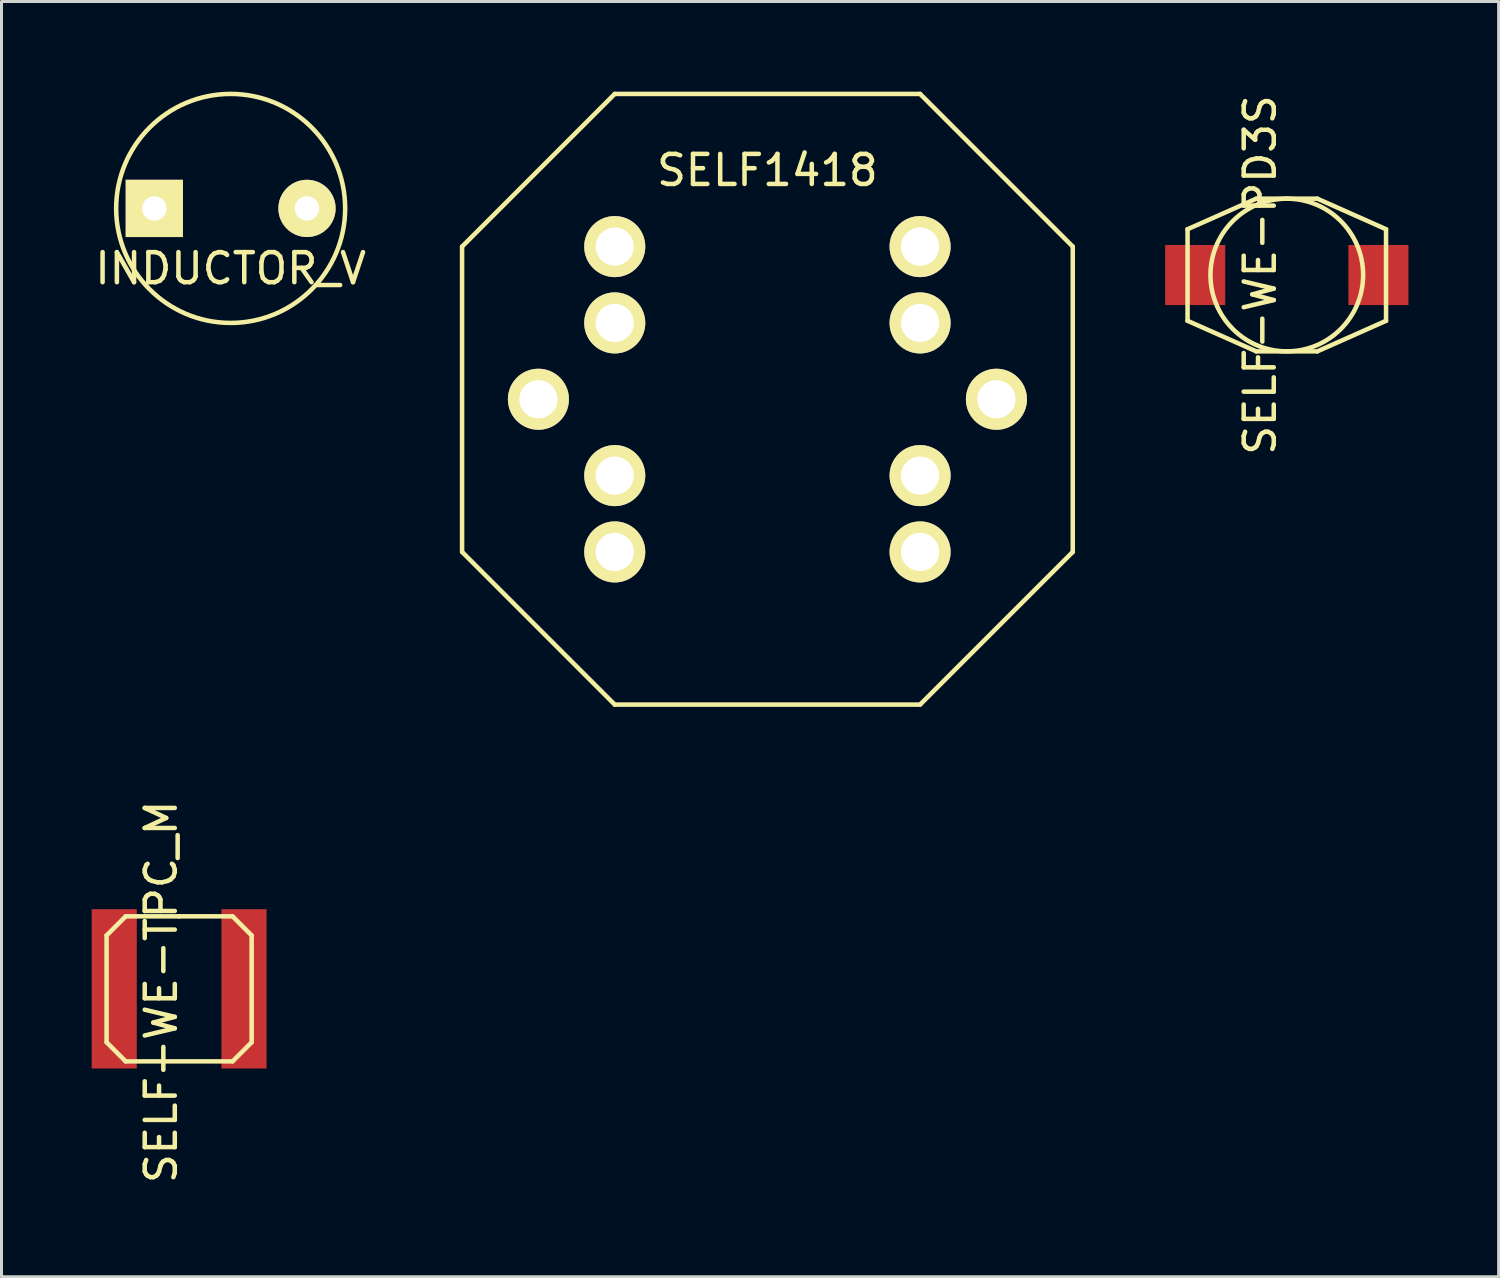
<source format=kicad_pcb>
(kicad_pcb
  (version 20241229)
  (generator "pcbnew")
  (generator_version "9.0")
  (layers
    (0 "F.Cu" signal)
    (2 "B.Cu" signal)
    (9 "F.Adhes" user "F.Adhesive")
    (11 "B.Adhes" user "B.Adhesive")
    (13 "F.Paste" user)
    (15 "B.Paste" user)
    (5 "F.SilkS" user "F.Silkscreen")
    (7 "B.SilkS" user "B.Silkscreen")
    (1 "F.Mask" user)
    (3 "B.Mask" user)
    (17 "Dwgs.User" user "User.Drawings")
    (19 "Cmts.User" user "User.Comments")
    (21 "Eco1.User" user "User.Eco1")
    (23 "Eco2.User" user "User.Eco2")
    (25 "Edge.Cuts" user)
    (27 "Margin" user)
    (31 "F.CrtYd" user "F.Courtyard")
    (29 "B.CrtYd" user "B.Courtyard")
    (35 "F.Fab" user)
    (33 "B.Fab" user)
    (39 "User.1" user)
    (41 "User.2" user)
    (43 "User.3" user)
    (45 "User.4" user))
  (footprint "INDUCTOR_V"
    (layer "F.Cu")
    (at 4.625 3.885)
    (property "Reference" "INDUCTOR_V" (at 0 1.999 0) (layer "F.SilkS") (effects (font (size 1 1) (thickness 0.15))))
    (attr through_hole)
    (fp_circle (center 0 0) (end 3.81 0) (stroke (width 0.15) (type solid)) (fill no) (layer "F.SilkS"))
    (pad "1" thru_hole rect (at -2.54 0) (size 1.905 1.905) (drill 0.813) (layers "*.Cu" "*.Mask" "F.SilkS"))
    (pad "2" thru_hole circle (at 2.54 0) (size 1.905 1.905) (drill 0.813) (layers "*.Cu" "*.Mask" "F.SilkS")))
  (footprint "SELF1418"
    (layer "F.Cu")
    (at 22.485 10.235)
    (property "Reference" "SELF1418" (at 0 -7.62 0) (layer "F.SilkS") (effects (font (size 1 1) (thickness 0.15))))
    (attr through_hole)
    (fp_line (start -10.16 -5.08) (end -10.16 5.08) (stroke (width 0.15) (type solid)) (layer "F.SilkS"))
    (fp_line (start -10.16 5.08) (end -5.08 10.16) (stroke (width 0.15) (type solid)) (layer "F.SilkS"))
    (fp_line (start -5.08 -10.16) (end -10.16 -5.08) (stroke (width 0.15) (type solid)) (layer "F.SilkS"))
    (fp_line (start -5.08 10.16) (end 5.08 10.16) (stroke (width 0.15) (type solid)) (layer "F.SilkS"))
    (fp_line (start 5.08 -10.16) (end -5.08 -10.16) (stroke (width 0.15) (type solid)) (layer "F.SilkS"))
    (fp_line (start 5.08 10.16) (end 10.16 5.08) (stroke (width 0.15) (type solid)) (layer "F.SilkS"))
    (fp_line (start 10.16 -5.08) (end 5.08 -10.16) (stroke (width 0.15) (type solid)) (layer "F.SilkS"))
    (fp_line (start 10.16 5.08) (end 10.16 -5.08) (stroke (width 0.15) (type solid)) (layer "F.SilkS"))
    (pad "" thru_hole circle (at -7.62 0) (size 2.032 2.032) (drill 1.27) (layers "*.Cu" "*.Mask" "F.SilkS"))
    (pad "" thru_hole circle (at 7.62 0) (size 2.032 2.032) (drill 1.27) (layers "*.Cu" "*.Mask" "F.SilkS"))
    (pad "1" thru_hole circle (at -5.08 -5.08) (size 2.032 2.032) (drill 1.27) (layers "*.Cu" "*.Mask" "F.SilkS"))
    (pad "1" thru_hole circle (at -5.08 -2.54) (size 2.032 2.032) (drill 1.27) (layers "*.Cu" "*.Mask" "F.SilkS"))
    (pad "2" thru_hole circle (at 5.08 -5.08) (size 2.032 2.032) (drill 1.27) (layers "*.Cu" "*.Mask" "F.SilkS"))
    (pad "2" thru_hole circle (at 5.08 -2.54) (size 2.032 2.032) (drill 1.27) (layers "*.Cu" "*.Mask" "F.SilkS"))
    (pad "3" thru_hole circle (at 5.08 2.54) (size 2.032 2.032) (drill 1.27) (layers "*.Cu" "*.Mask" "F.SilkS"))
    (pad "3" thru_hole circle (at 5.08 5.08) (size 2.032 2.032) (drill 1.27) (layers "*.Cu" "*.Mask" "F.SilkS"))
    (pad "4" thru_hole circle (at -5.08 2.54) (size 2.032 2.032) (drill 1.27) (layers "*.Cu" "*.Mask" "F.SilkS"))
    (pad "4" thru_hole circle (at -5.08 5.08) (size 2.032 2.032) (drill 1.27) (layers "*.Cu" "*.Mask" "F.SilkS")))
  (footprint "SELF-WE-PD3S"
    (layer "F.Cu")
    (at 39.767 6.101)
    (property "Reference" "SELF-WE-PD3S" (at -0.889 0 90) (layer "F.SilkS") (effects (font (size 1 1) (thickness 0.15))))
    (attr smd)
    (fp_line (start -3.302 -1.524) (end -1.016 -2.54) (stroke (width 0.15) (type solid)) (layer "F.SilkS"))
    (fp_line (start -3.302 1.524) (end -3.302 -1.524) (stroke (width 0.15) (type solid)) (layer "F.SilkS"))
    (fp_line (start -1.016 -2.54) (end 0 -2.54) (stroke (width 0.15) (type solid)) (layer "F.SilkS"))
    (fp_line (start -1.016 2.54) (end -3.302 1.524) (stroke (width 0.15) (type solid)) (layer "F.SilkS"))
    (fp_line (start 0 -2.54) (end 1.016 -2.54) (stroke (width 0.15) (type solid)) (layer "F.SilkS"))
    (fp_line (start 1.016 -2.54) (end 3.302 -1.524) (stroke (width 0.15) (type solid)) (layer "F.SilkS"))
    (fp_line (start 1.016 2.54) (end -1.016 2.54) (stroke (width 0.15) (type solid)) (layer "F.SilkS"))
    (fp_line (start 3.302 -1.524) (end 3.302 1.524) (stroke (width 0.15) (type solid)) (layer "F.SilkS"))
    (fp_line (start 3.302 1.524) (end 1.016 2.54) (stroke (width 0.15) (type solid)) (layer "F.SilkS"))
    (fp_circle (center 0 0) (end 0 2.54) (stroke (width 0.15) (type solid)) (fill no) (layer "F.SilkS"))
    (pad "1" smd rect (at -3.048 0) (size 1.999 1.999) (layers "F.Cu" "F.Mask" "F.Paste"))
    (pad "2" smd rect (at 3.048 0) (size 1.999 1.999) (layers "F.Cu" "F.Mask" "F.Paste")))
  (footprint "SELF-WE-TPC_M"
    (layer "F.Cu")
    (at 2.91 29.853)
    (property "Reference" "SELF-WE-TPC_M" (at -0.599 0.099 90) (layer "F.SilkS") (effects (font (size 1 1) (thickness 0.15))))
    (attr smd)
    (fp_line (start -2.413 -1.778) (end -1.778 -2.413) (stroke (width 0.15) (type solid)) (layer "F.SilkS"))
    (fp_line (start -2.413 1.778) (end -2.413 -1.778) (stroke (width 0.15) (type solid)) (layer "F.SilkS"))
    (fp_line (start -1.778 -2.413) (end 0 -2.413) (stroke (width 0.15) (type solid)) (layer "F.SilkS"))
    (fp_line (start -1.778 2.413) (end -2.413 1.778) (stroke (width 0.15) (type solid)) (layer "F.SilkS"))
    (fp_line (start 0 -2.413) (end 1.778 -2.413) (stroke (width 0.15) (type solid)) (layer "F.SilkS"))
    (fp_line (start 1.778 -2.413) (end 2.413 -1.778) (stroke (width 0.15) (type solid)) (layer "F.SilkS"))
    (fp_line (start 1.778 2.413) (end -1.778 2.413) (stroke (width 0.15) (type solid)) (layer "F.SilkS"))
    (fp_line (start 2.413 -1.778) (end 2.413 1.778) (stroke (width 0.15) (type solid)) (layer "F.SilkS"))
    (fp_line (start 2.413 1.778) (end 1.778 2.413) (stroke (width 0.15) (type solid)) (layer "F.SilkS"))
    (pad "1" smd rect (at -2.159 0) (size 1.501 5.301) (layers "F.Cu" "F.Mask" "F.Paste"))
    (pad "2" smd rect (at 2.159 0) (size 1.501 5.301) (layers "F.Cu" "F.Mask" "F.Paste")))
  (gr_rect
    (start -3 -3)
    (end 46.815 39.434)
    (stroke (width 0.1) (type default))
    (fill no)
    (layer "Edge.Cuts")))
</source>
